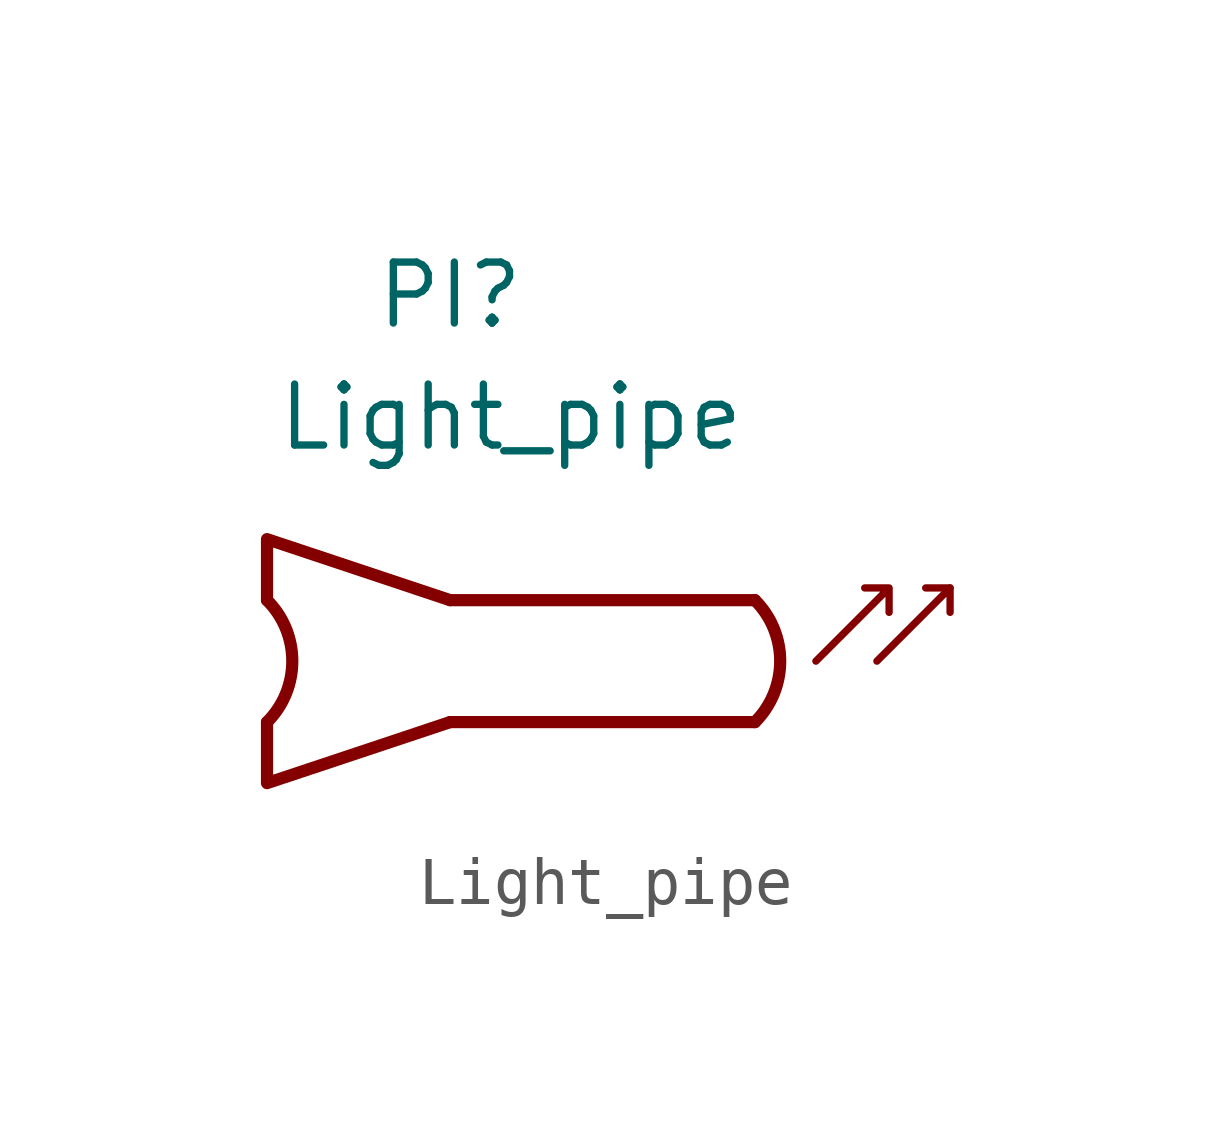
<source format=kicad_sym>
(kicad_symbol_lib
  (version 20220914)
  (generator kicad_symbol_editor)
  (symbol "Light_pipe"
    (property "Reference" "PI"
      (at 0 7.62 0)
      (effects (font (size 1.27 1.27))))
    (property "Value" "Light_pipe"
      (at 1.27 5.08 0)
      (effects (font (size 1.27 1.27))))
    (symbol "Light_pipe_0_1"
      (arc (start -3.8099 -1.27) (mid -3.2839 0) (end -3.8099 1.27) (stroke (width 0.254) (type default)) (fill (type none)))
      (polyline (pts (xy 0 1.27) (xy 6.35 1.27)) (stroke (width 0.254) (type default)) (fill (type none)))
      (polyline (pts (xy 6.35 -1.27) (xy 0 -1.27)) (stroke (width 0.254) (type default)) (fill (type none)))
      (polyline (pts (xy 10.414 1.524) (xy 9.906 1.524)) (stroke (width 0) (type default)) (fill (type none)))
      (polyline (pts (xy 8.89 0) (xy 10.414 1.524) (xy 10.414 1.016)) (stroke (width 0) (type default)) (fill (type none)))
      (polyline (pts (xy 0 -1.27) (xy 0 -1.27) (xy -3.81 -2.54) (xy -3.81 -1.27)) (stroke (width 0.254) (type default)) (fill (type none)))
      (polyline (pts (xy 0 1.27) (xy 0 1.27) (xy -3.81 2.54) (xy -3.81 1.27)) (stroke (width 0.254) (type default)) (fill (type none)))
      (polyline (pts (xy 7.62 0) (xy 9.144 1.524) (xy 9.144 1.016) (xy 9.144 1.524) (xy 8.636 1.524)) (stroke (width 0) (type default)) (fill (type none)))
      (arc (start 6.3501 -1.27) (mid 6.8761 0) (end 6.3501 1.27) (stroke (width 0.254) (type default)) (fill (type none))))))
</source>
